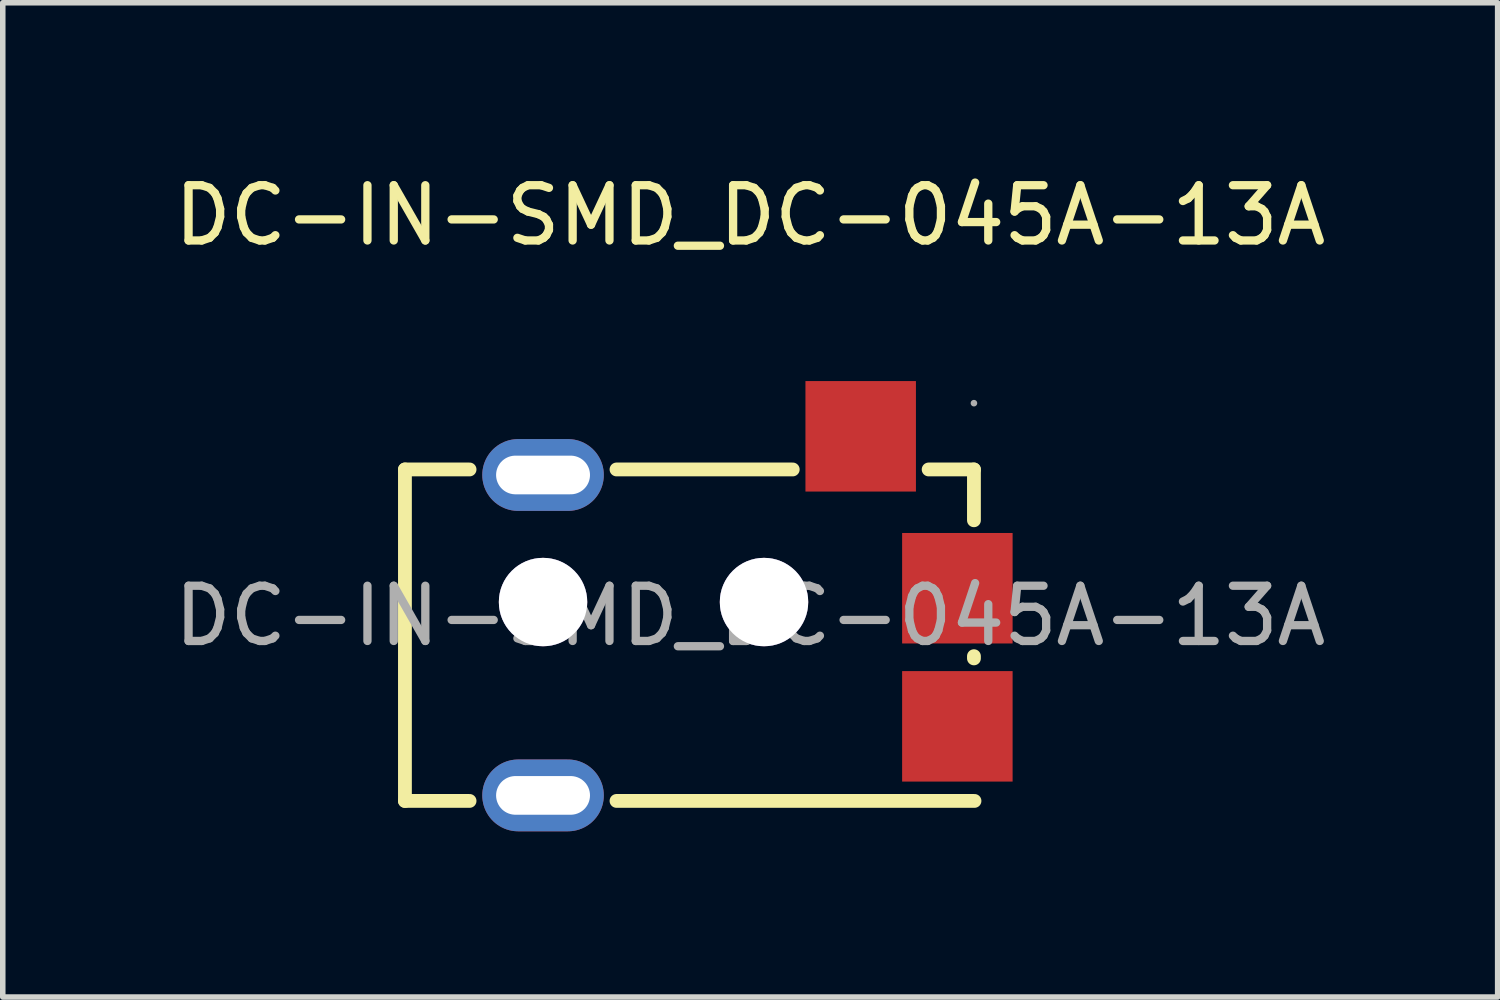
<source format=kicad_pcb>
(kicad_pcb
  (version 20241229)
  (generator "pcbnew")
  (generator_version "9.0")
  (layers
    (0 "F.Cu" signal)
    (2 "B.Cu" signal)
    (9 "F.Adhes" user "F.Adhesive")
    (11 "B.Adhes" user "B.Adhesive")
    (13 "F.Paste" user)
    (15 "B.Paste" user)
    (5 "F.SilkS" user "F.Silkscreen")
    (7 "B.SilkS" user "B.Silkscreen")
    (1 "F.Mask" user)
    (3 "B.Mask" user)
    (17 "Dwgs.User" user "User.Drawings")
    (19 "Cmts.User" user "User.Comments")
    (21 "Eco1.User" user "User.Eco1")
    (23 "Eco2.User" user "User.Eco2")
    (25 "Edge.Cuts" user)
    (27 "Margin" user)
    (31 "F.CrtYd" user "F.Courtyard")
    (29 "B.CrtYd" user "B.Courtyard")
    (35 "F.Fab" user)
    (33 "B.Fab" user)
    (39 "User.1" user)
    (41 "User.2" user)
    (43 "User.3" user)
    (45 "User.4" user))
  (footprint "DC-IN-SMD_DC-045A-13A"
    (layer "F.Cu")
    (at 10.53 8.098)
    (property "Reference" "DC-IN-SMD_DC-045A-13A" (at 0 -7.25 0) (layer "F.SilkS") (effects (font (size 1 1) (thickness 0.15))))
    (attr smd)
    (fp_line (start -6.25 -2.65) (end -5.08 -2.65) (stroke (width 0.25) (type solid)) (layer "F.SilkS"))
    (fp_line (start -6.25 3.35) (end -6.25 -2.65) (stroke (width 0.25) (type solid)) (layer "F.SilkS"))
    (fp_line (start -6.25 3.35) (end -5.08 3.35) (stroke (width 0.25) (type solid)) (layer "F.SilkS"))
    (fp_line (start -2.42 -2.65) (end 0.77 -2.65) (stroke (width 0.25) (type solid)) (layer "F.SilkS"))
    (fp_line (start -2.42 3.35) (end 4.06 3.35) (stroke (width 0.25) (type solid)) (layer "F.SilkS"))
    (fp_line (start 3.23 -2.65) (end 4.05 -2.65) (stroke (width 0.25) (type solid)) (layer "F.SilkS"))
    (fp_line (start 4.05 -2.65) (end 4.05 -1.73) (stroke (width 0.25) (type solid)) (layer "F.SilkS"))
    (fp_line (start 4.05 0.73) (end 4.05 0.77) (stroke (width 0.25) (type solid)) (layer "F.SilkS"))
    (fp_circle (center -3.75 -0.25) (end -3.46 -0.25) (stroke (width 0.58) (type solid)) (fill no) (layer "Cmts.User"))
    (fp_circle (center 0.25 -0.25) (end 0.54 -0.25) (stroke (width 0.58) (type solid)) (fill no) (layer "Cmts.User"))
    (fp_circle (center 4.05 -3.85) (end 4.08 -3.85) (stroke (width 0.06) (type solid)) (fill no) (layer "F.Fab"))
    (fp_text user "${REFERENCE}" (at 0 0 0) (layer "F.Fab") (effects (font (size 1 1) (thickness 0.15))))
    (pad "" thru_hole circle (at -3.75 -0.25) (size 1.6 1.6) (drill 1.6) (layers "*.Cu" "*.Mask"))
    (pad "" thru_hole circle (at 0.25 -0.25) (size 1.6 1.6) (drill 1.6) (layers "*.Cu" "*.Mask"))
    (pad "1" smd rect (at 3.75 -0.5 90) (size 2 2) (layers "F.Cu" "F.Mask" "F.Paste"))
    (pad "2" smd rect (at 3.75 2 90) (size 2 2) (layers "F.Cu" "F.Mask" "F.Paste"))
    (pad "3" smd rect (at 2 -3.25 90) (size 2 2) (layers "F.Cu" "F.Mask" "F.Paste"))
    (pad "4" thru_hole oval (at -3.75 -2.55 180) (size 2.2 1.3) (drill oval 1.7 0.7) (layers "*.Cu" "*.Mask"))
    (pad "4" thru_hole oval (at -3.75 3.25 180) (size 2.2 1.3) (drill oval 1.7 0.7) (layers "*.Cu" "*.Mask")))
  (gr_rect
    (start -3 -3)
    (end 24.06 14.998)
    (stroke (width 0.1) (type default))
    (fill no)
    (layer "Edge.Cuts")))
</source>
